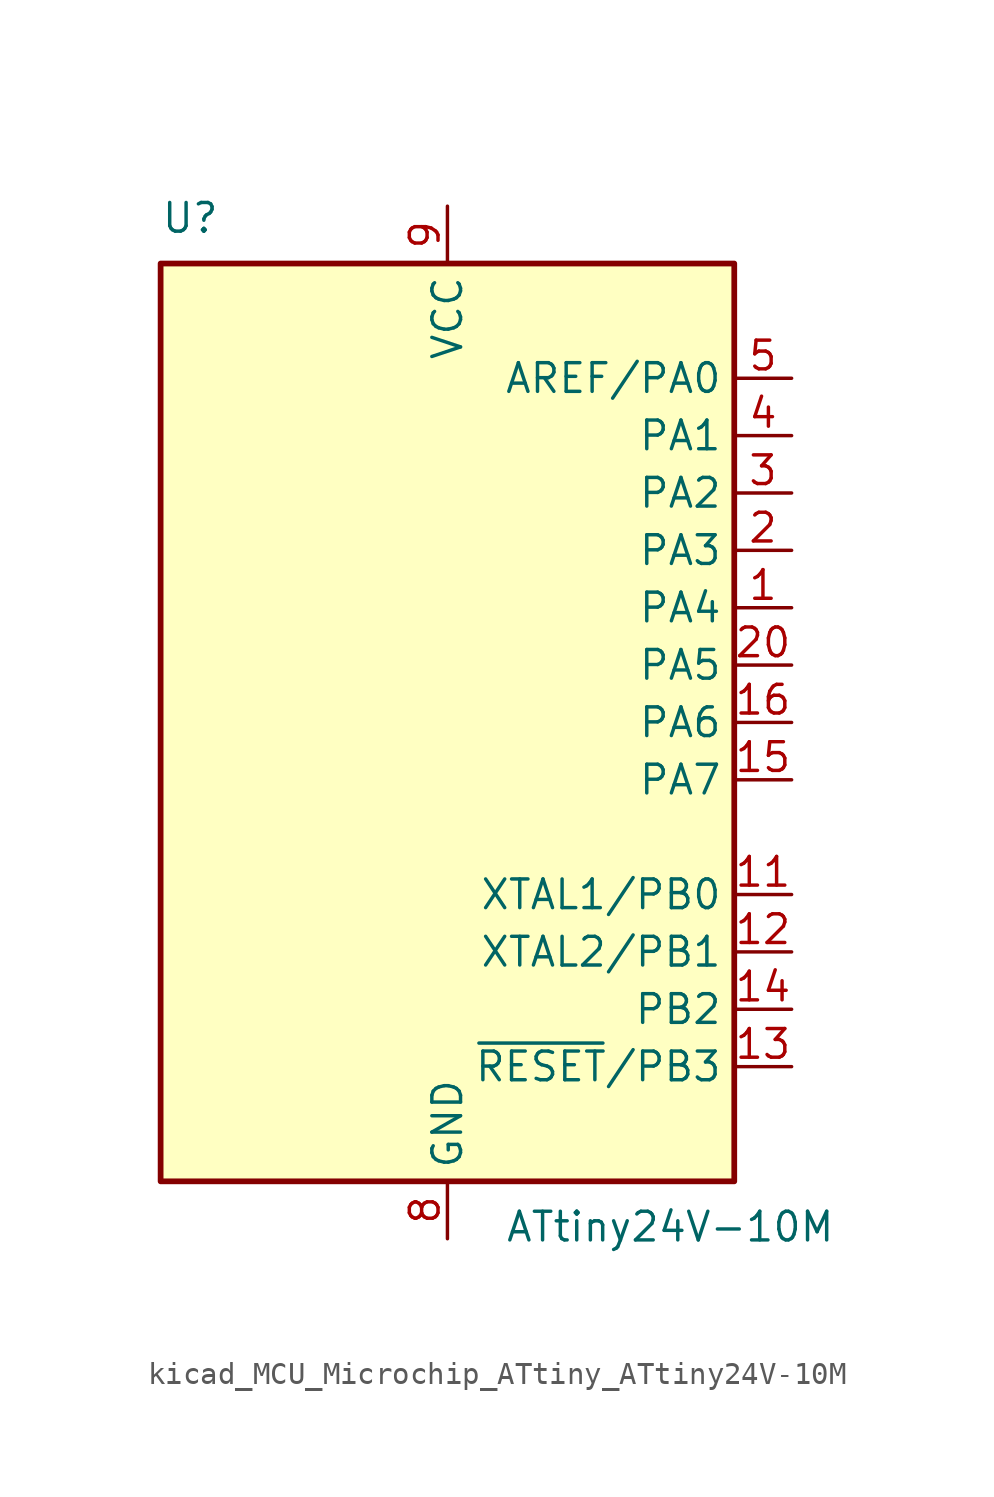
<source format=kicad_sym>
(kicad_symbol_lib
  (version 20220914)
  (generator kicad_symbol_editor)
  (symbol "kicad_MCU_Microchip_ATtiny_ATtiny24V-10M"
    (property "Reference" "U"
      (at -12.7 21.59 0)
      (effects (font (size 1.27 1.27)) (justify left bottom)))
    (property "Value" "ATtiny24V-10M"
      (at 2.54 -21.59 0)
      (effects (font (size 1.27 1.27)) (justify left top)))
    (symbol "kicad_MCU_Microchip_ATtiny_ATtiny24V-10M_0_1"
      (rectangle (start -12.7 -20.32) (end 12.7 20.32) (stroke (width 0.254) (type default)) (fill (type background))))
    (symbol "kicad_MCU_Microchip_ATtiny_ATtiny24V-10M_1_1"
      (pin bidirectional line (at 15.24 5.08 180) (length 2.54) (name "PA4" (effects (font (size 1.27 1.27)))) (number "1" (effects (font (size 1.27 1.27)))))
      (pin no_connect line (at -12.7 -10.16 0) (length 2.54) hide (name "NC" (effects (font (size 1.27 1.27)))) (number "10" (effects (font (size 1.27 1.27)))))
      (pin bidirectional line (at 15.24 -7.62 180) (length 2.54) (name "XTAL1/PB0" (effects (font (size 1.27 1.27)))) (number "11" (effects (font (size 1.27 1.27)))))
      (pin bidirectional line (at 15.24 -10.16 180) (length 2.54) (name "XTAL2/PB1" (effects (font (size 1.27 1.27)))) (number "12" (effects (font (size 1.27 1.27)))))
      (pin bidirectional line (at 15.24 -15.24 180) (length 2.54) (name "~{RESET}/PB3" (effects (font (size 1.27 1.27)))) (number "13" (effects (font (size 1.27 1.27)))))
      (pin bidirectional line (at 15.24 -12.7 180) (length 2.54) (name "PB2" (effects (font (size 1.27 1.27)))) (number "14" (effects (font (size 1.27 1.27)))))
      (pin bidirectional line (at 15.24 -2.54 180) (length 2.54) (name "PA7" (effects (font (size 1.27 1.27)))) (number "15" (effects (font (size 1.27 1.27)))))
      (pin bidirectional line (at 15.24 0 180) (length 2.54) (name "PA6" (effects (font (size 1.27 1.27)))) (number "16" (effects (font (size 1.27 1.27)))))
      (pin no_connect line (at -12.7 -12.7 0) (length 2.54) hide (name "NC" (effects (font (size 1.27 1.27)))) (number "17" (effects (font (size 1.27 1.27)))))
      (pin no_connect line (at -12.7 -15.24 0) (length 2.54) hide (name "NC" (effects (font (size 1.27 1.27)))) (number "18" (effects (font (size 1.27 1.27)))))
      (pin no_connect line (at -12.7 -17.78 0) (length 2.54) hide (name "NC" (effects (font (size 1.27 1.27)))) (number "19" (effects (font (size 1.27 1.27)))))
      (pin bidirectional line (at 15.24 7.62 180) (length 2.54) (name "PA3" (effects (font (size 1.27 1.27)))) (number "2" (effects (font (size 1.27 1.27)))))
      (pin bidirectional line (at 15.24 2.54 180) (length 2.54) (name "PA5" (effects (font (size 1.27 1.27)))) (number "20" (effects (font (size 1.27 1.27)))))
      (pin passive line (at 0 -22.86 90) (length 2.54) hide (name "GND" (effects (font (size 1.27 1.27)))) (number "21" (effects (font (size 1.27 1.27)))))
      (pin bidirectional line (at 15.24 10.16 180) (length 2.54) (name "PA2" (effects (font (size 1.27 1.27)))) (number "3" (effects (font (size 1.27 1.27)))))
      (pin bidirectional line (at 15.24 12.7 180) (length 2.54) (name "PA1" (effects (font (size 1.27 1.27)))) (number "4" (effects (font (size 1.27 1.27)))))
      (pin bidirectional line (at 15.24 15.24 180) (length 2.54) (name "AREF/PA0" (effects (font (size 1.27 1.27)))) (number "5" (effects (font (size 1.27 1.27)))))
      (pin no_connect line (at -12.7 -5.08 0) (length 2.54) hide (name "NC" (effects (font (size 1.27 1.27)))) (number "6" (effects (font (size 1.27 1.27)))))
      (pin no_connect line (at -12.7 -7.62 0) (length 2.54) hide (name "NC" (effects (font (size 1.27 1.27)))) (number "7" (effects (font (size 1.27 1.27)))))
      (pin power_in line (at 0 -22.86 90) (length 2.54) (name "GND" (effects (font (size 1.27 1.27)))) (number "8" (effects (font (size 1.27 1.27)))))
      (pin power_in line (at 0 22.86 270) (length 2.54) (name "VCC" (effects (font (size 1.27 1.27)))) (number "9" (effects (font (size 1.27 1.27))))))))
</source>
